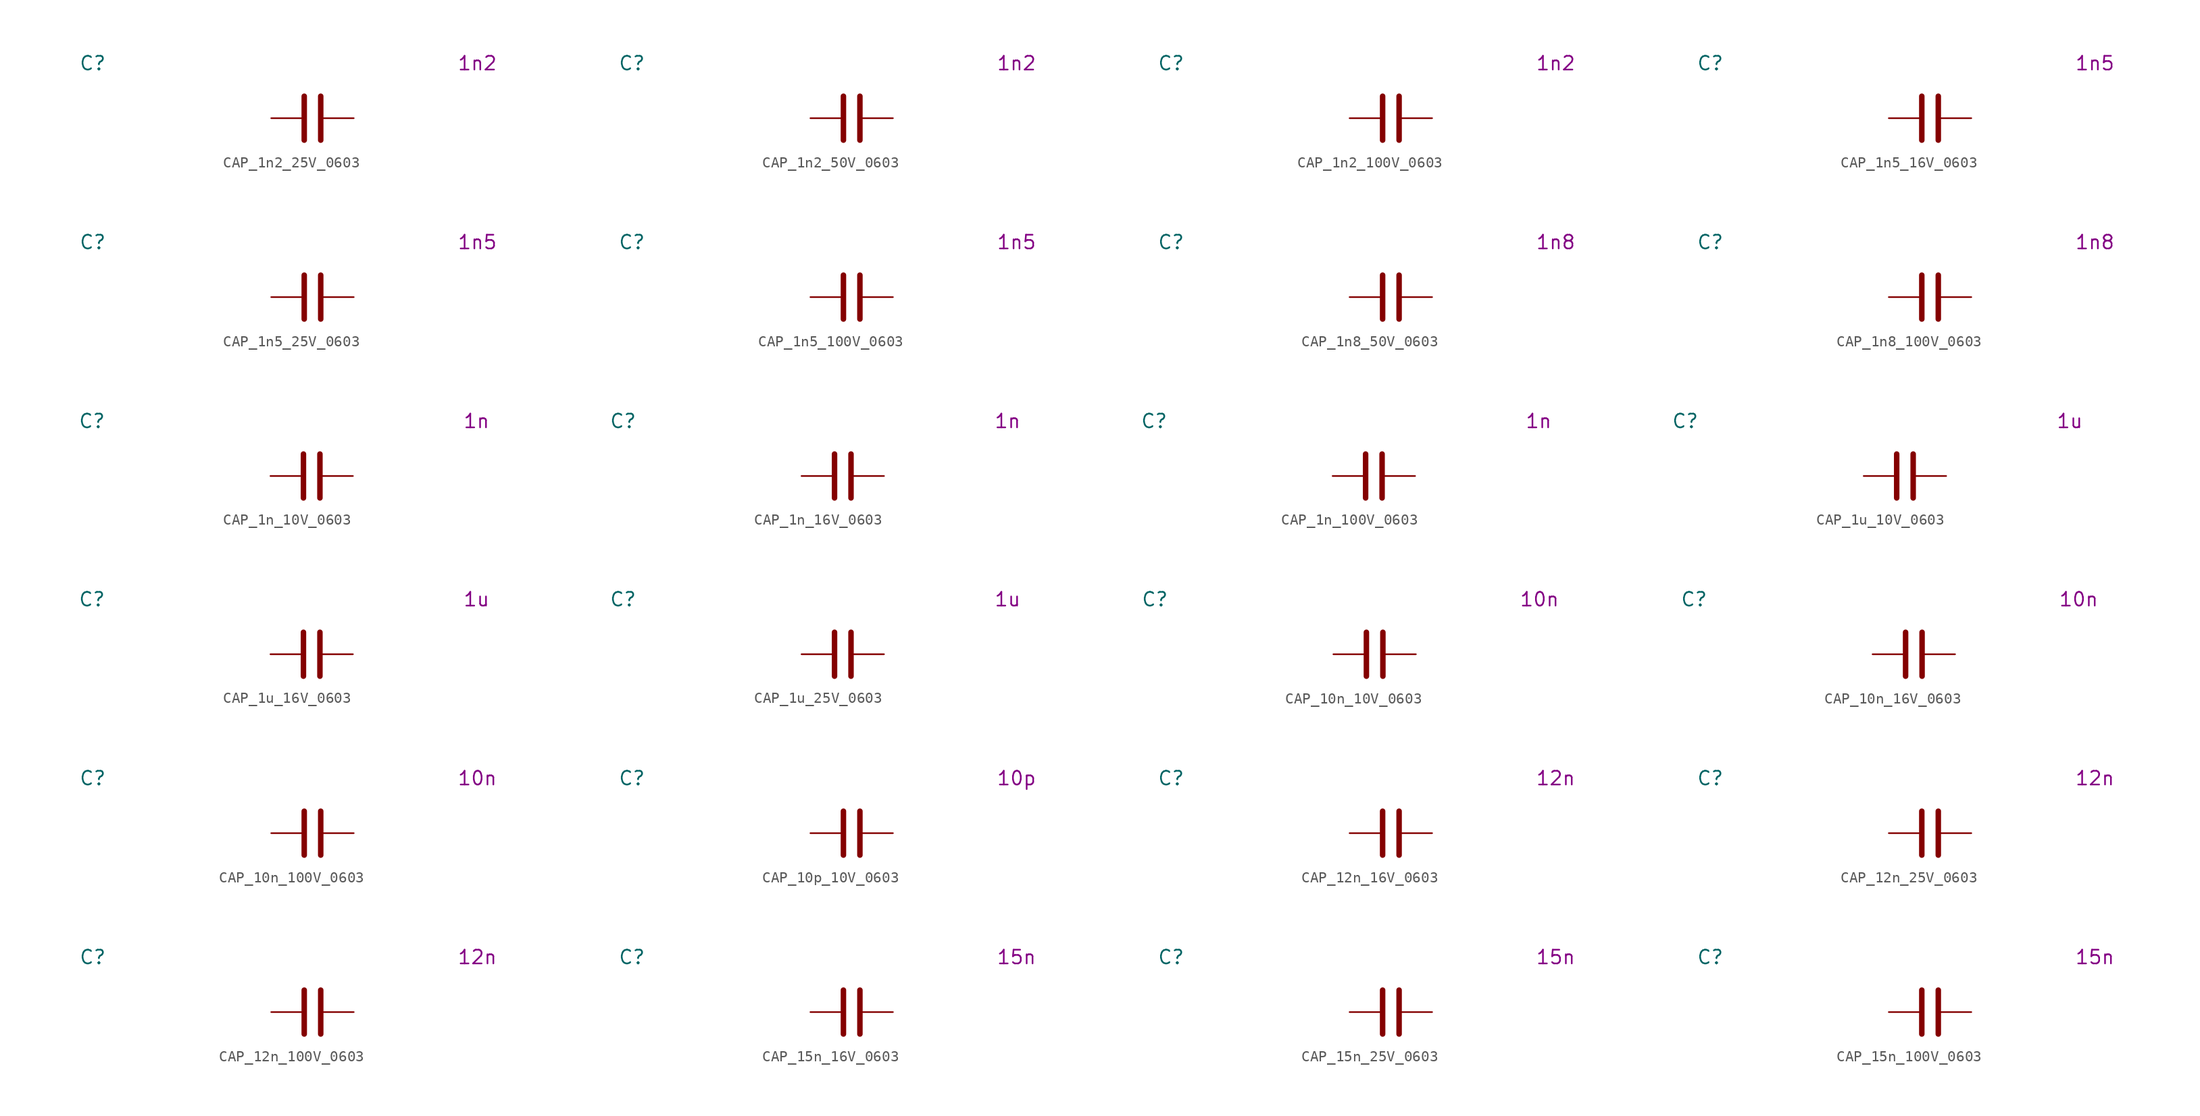
<source format=kicad_sym>
(kicad_symbol_lib
  (version 20231120)
  (generator "kicad_symbol_editor")
  (generator_version "8.0")
  (symbol "CAP_1n2_25V_0603"
    (pin_numbers hide)
    (property "Reference" "C"
      (at -20.32 5.08 0)
      (effects (font (size 1.27 1.27))))
    (property "Display Value" "1n2"
      (at 15.24 5.08 0)
      (effects (font (size 1.27 1.27))))
    (symbol "CAP_1n2_25V_0603_0_1"
      (polyline (pts (xy -0.762 -2.032) (xy -0.762 2.032)) (stroke (width 0.508) (type default)) (fill (type none)))
      (polyline (pts (xy 0.762 -2.032) (xy 0.762 2.032)) (stroke (width 0.508) (type default)) (fill (type none))))
    (symbol "CAP_1n2_25V_0603_1_1"
      (pin passive line (at -3.81 0 0) (length 2.794) (name "~" (effects (font (size 1.27 1.27)))) (number "1" (effects (font (size 1.27 1.27)))))
      (pin passive line (at 3.81 0 180) (length 2.794) (name "~" (effects (font (size 1.27 1.27)))) (number "2" (effects (font (size 1.27 1.27)))))))
  (symbol "CAP_1n2_50V_0603"
    (pin_numbers hide)
    (property "Reference" "C"
      (at -20.32 5.08 0)
      (effects (font (size 1.27 1.27))))
    (property "Display Value" "1n2"
      (at 15.24 5.08 0)
      (effects (font (size 1.27 1.27))))
    (symbol "CAP_1n2_50V_0603_0_1"
      (polyline (pts (xy -0.762 -2.032) (xy -0.762 2.032)) (stroke (width 0.508) (type default)) (fill (type none)))
      (polyline (pts (xy 0.762 -2.032) (xy 0.762 2.032)) (stroke (width 0.508) (type default)) (fill (type none))))
    (symbol "CAP_1n2_50V_0603_1_1"
      (pin passive line (at -3.81 0 0) (length 2.794) (name "~" (effects (font (size 1.27 1.27)))) (number "1" (effects (font (size 1.27 1.27)))))
      (pin passive line (at 3.81 0 180) (length 2.794) (name "~" (effects (font (size 1.27 1.27)))) (number "2" (effects (font (size 1.27 1.27)))))))
  (symbol "CAP_1n2_100V_0603"
    (pin_numbers hide)
    (property "Reference" "C"
      (at -20.32 5.08 0)
      (effects (font (size 1.27 1.27))))
    (property "Display Value" "1n2"
      (at 15.24 5.08 0)
      (effects (font (size 1.27 1.27))))
    (symbol "CAP_1n2_100V_0603_0_1"
      (polyline (pts (xy -0.762 -2.032) (xy -0.762 2.032)) (stroke (width 0.508) (type default)) (fill (type none)))
      (polyline (pts (xy 0.762 -2.032) (xy 0.762 2.032)) (stroke (width 0.508) (type default)) (fill (type none))))
    (symbol "CAP_1n2_100V_0603_1_1"
      (pin passive line (at -3.81 0 0) (length 2.794) (name "~" (effects (font (size 1.27 1.27)))) (number "1" (effects (font (size 1.27 1.27)))))
      (pin passive line (at 3.81 0 180) (length 2.794) (name "~" (effects (font (size 1.27 1.27)))) (number "2" (effects (font (size 1.27 1.27)))))))
  (symbol "CAP_1n5_16V_0603"
    (pin_numbers hide)
    (property "Reference" "C"
      (at -20.32 5.08 0)
      (effects (font (size 1.27 1.27))))
    (property "Display Value" "1n5"
      (at 15.24 5.08 0)
      (effects (font (size 1.27 1.27))))
    (symbol "CAP_1n5_16V_0603_0_1"
      (polyline (pts (xy -0.762 -2.032) (xy -0.762 2.032)) (stroke (width 0.508) (type default)) (fill (type none)))
      (polyline (pts (xy 0.762 -2.032) (xy 0.762 2.032)) (stroke (width 0.508) (type default)) (fill (type none))))
    (symbol "CAP_1n5_16V_0603_1_1"
      (pin passive line (at -3.81 0 0) (length 2.794) (name "~" (effects (font (size 1.27 1.27)))) (number "1" (effects (font (size 1.27 1.27)))))
      (pin passive line (at 3.81 0 180) (length 2.794) (name "~" (effects (font (size 1.27 1.27)))) (number "2" (effects (font (size 1.27 1.27)))))))
  (symbol "CAP_1n5_25V_0603"
    (pin_numbers hide)
    (property "Reference" "C"
      (at -20.32 5.08 0)
      (effects (font (size 1.27 1.27))))
    (property "Display Value" "1n5"
      (at 15.24 5.08 0)
      (effects (font (size 1.27 1.27))))
    (symbol "CAP_1n5_25V_0603_0_1"
      (polyline (pts (xy -0.762 -2.032) (xy -0.762 2.032)) (stroke (width 0.508) (type default)) (fill (type none)))
      (polyline (pts (xy 0.762 -2.032) (xy 0.762 2.032)) (stroke (width 0.508) (type default)) (fill (type none))))
    (symbol "CAP_1n5_25V_0603_1_1"
      (pin passive line (at -3.81 0 0) (length 2.794) (name "~" (effects (font (size 1.27 1.27)))) (number "1" (effects (font (size 1.27 1.27)))))
      (pin passive line (at 3.81 0 180) (length 2.794) (name "~" (effects (font (size 1.27 1.27)))) (number "2" (effects (font (size 1.27 1.27)))))))
  (symbol "CAP_1n5_100V_0603"
    (pin_numbers hide)
    (property "Reference" "C"
      (at -20.32 5.08 0)
      (effects (font (size 1.27 1.27))))
    (property "Display Value" "1n5"
      (at 15.24 5.08 0)
      (effects (font (size 1.27 1.27))))
    (symbol "CAP_1n5_100V_0603_0_1"
      (polyline (pts (xy -0.762 -2.032) (xy -0.762 2.032)) (stroke (width 0.508) (type default)) (fill (type none)))
      (polyline (pts (xy 0.762 -2.032) (xy 0.762 2.032)) (stroke (width 0.508) (type default)) (fill (type none))))
    (symbol "CAP_1n5_100V_0603_1_1"
      (pin passive line (at -3.81 0 0) (length 2.794) (name "~" (effects (font (size 1.27 1.27)))) (number "1" (effects (font (size 1.27 1.27)))))
      (pin passive line (at 3.81 0 180) (length 2.794) (name "~" (effects (font (size 1.27 1.27)))) (number "2" (effects (font (size 1.27 1.27)))))))
  (symbol "CAP_1n8_50V_0603"
    (pin_numbers hide)
    (property "Reference" "C"
      (at -20.32 5.08 0)
      (effects (font (size 1.27 1.27))))
    (property "Display Value" "1n8"
      (at 15.24 5.08 0)
      (effects (font (size 1.27 1.27))))
    (symbol "CAP_1n8_50V_0603_0_1"
      (polyline (pts (xy -0.762 -2.032) (xy -0.762 2.032)) (stroke (width 0.508) (type default)) (fill (type none)))
      (polyline (pts (xy 0.762 -2.032) (xy 0.762 2.032)) (stroke (width 0.508) (type default)) (fill (type none))))
    (symbol "CAP_1n8_50V_0603_1_1"
      (pin passive line (at -3.81 0 0) (length 2.794) (name "~" (effects (font (size 1.27 1.27)))) (number "1" (effects (font (size 1.27 1.27)))))
      (pin passive line (at 3.81 0 180) (length 2.794) (name "~" (effects (font (size 1.27 1.27)))) (number "2" (effects (font (size 1.27 1.27)))))))
  (symbol "CAP_1n8_100V_0603"
    (pin_numbers hide)
    (property "Reference" "C"
      (at -20.32 5.08 0)
      (effects (font (size 1.27 1.27))))
    (property "Display Value" "1n8"
      (at 15.24 5.08 0)
      (effects (font (size 1.27 1.27))))
    (symbol "CAP_1n8_100V_0603_0_1"
      (polyline (pts (xy -0.762 -2.032) (xy -0.762 2.032)) (stroke (width 0.508) (type default)) (fill (type none)))
      (polyline (pts (xy 0.762 -2.032) (xy 0.762 2.032)) (stroke (width 0.508) (type default)) (fill (type none))))
    (symbol "CAP_1n8_100V_0603_1_1"
      (pin passive line (at -3.81 0 0) (length 2.794) (name "~" (effects (font (size 1.27 1.27)))) (number "1" (effects (font (size 1.27 1.27)))))
      (pin passive line (at 3.81 0 180) (length 2.794) (name "~" (effects (font (size 1.27 1.27)))) (number "2" (effects (font (size 1.27 1.27)))))))
  (symbol "CAP_1n_10V_0603"
    (pin_numbers hide)
    (property "Reference" "C"
      (at -20.32 5.08 0)
      (effects (font (size 1.27 1.27))))
    (property "Display Value" "1n"
      (at 15.24 5.08 0)
      (effects (font (size 1.27 1.27))))
    (symbol "CAP_1n_10V_0603_0_1"
      (polyline (pts (xy -0.762 -2.032) (xy -0.762 2.032)) (stroke (width 0.508) (type default)) (fill (type none)))
      (polyline (pts (xy 0.762 -2.032) (xy 0.762 2.032)) (stroke (width 0.508) (type default)) (fill (type none))))
    (symbol "CAP_1n_10V_0603_1_1"
      (pin passive line (at -3.81 0 0) (length 2.794) (name "~" (effects (font (size 1.27 1.27)))) (number "1" (effects (font (size 1.27 1.27)))))
      (pin passive line (at 3.81 0 180) (length 2.794) (name "~" (effects (font (size 1.27 1.27)))) (number "2" (effects (font (size 1.27 1.27)))))))
  (symbol "CAP_1n_16V_0603"
    (pin_numbers hide)
    (property "Reference" "C"
      (at -20.32 5.08 0)
      (effects (font (size 1.27 1.27))))
    (property "Display Value" "1n"
      (at 15.24 5.08 0)
      (effects (font (size 1.27 1.27))))
    (symbol "CAP_1n_16V_0603_0_1"
      (polyline (pts (xy -0.762 -2.032) (xy -0.762 2.032)) (stroke (width 0.508) (type default)) (fill (type none)))
      (polyline (pts (xy 0.762 -2.032) (xy 0.762 2.032)) (stroke (width 0.508) (type default)) (fill (type none))))
    (symbol "CAP_1n_16V_0603_1_1"
      (pin passive line (at -3.81 0 0) (length 2.794) (name "~" (effects (font (size 1.27 1.27)))) (number "1" (effects (font (size 1.27 1.27)))))
      (pin passive line (at 3.81 0 180) (length 2.794) (name "~" (effects (font (size 1.27 1.27)))) (number "2" (effects (font (size 1.27 1.27)))))))
  (symbol "CAP_1n_100V_0603"
    (pin_numbers hide)
    (property "Reference" "C"
      (at -20.32 5.08 0)
      (effects (font (size 1.27 1.27))))
    (property "Display Value" "1n"
      (at 15.24 5.08 0)
      (effects (font (size 1.27 1.27))))
    (symbol "CAP_1n_100V_0603_0_1"
      (polyline (pts (xy -0.762 -2.032) (xy -0.762 2.032)) (stroke (width 0.508) (type default)) (fill (type none)))
      (polyline (pts (xy 0.762 -2.032) (xy 0.762 2.032)) (stroke (width 0.508) (type default)) (fill (type none))))
    (symbol "CAP_1n_100V_0603_1_1"
      (pin passive line (at -3.81 0 0) (length 2.794) (name "~" (effects (font (size 1.27 1.27)))) (number "1" (effects (font (size 1.27 1.27)))))
      (pin passive line (at 3.81 0 180) (length 2.794) (name "~" (effects (font (size 1.27 1.27)))) (number "2" (effects (font (size 1.27 1.27)))))))
  (symbol "CAP_1u_10V_0603"
    (pin_numbers hide)
    (property "Reference" "C"
      (at -20.32 5.08 0)
      (effects (font (size 1.27 1.27))))
    (property "Display Value" "1u"
      (at 15.24 5.08 0)
      (effects (font (size 1.27 1.27))))
    (symbol "CAP_1u_10V_0603_0_1"
      (polyline (pts (xy -0.762 -2.032) (xy -0.762 2.032)) (stroke (width 0.508) (type default)) (fill (type none)))
      (polyline (pts (xy 0.762 -2.032) (xy 0.762 2.032)) (stroke (width 0.508) (type default)) (fill (type none))))
    (symbol "CAP_1u_10V_0603_1_1"
      (pin passive line (at -3.81 0 0) (length 2.794) (name "~" (effects (font (size 1.27 1.27)))) (number "1" (effects (font (size 1.27 1.27)))))
      (pin passive line (at 3.81 0 180) (length 2.794) (name "~" (effects (font (size 1.27 1.27)))) (number "2" (effects (font (size 1.27 1.27)))))))
  (symbol "CAP_1u_16V_0603"
    (pin_numbers hide)
    (property "Reference" "C"
      (at -20.32 5.08 0)
      (effects (font (size 1.27 1.27))))
    (property "Display Value" "1u"
      (at 15.24 5.08 0)
      (effects (font (size 1.27 1.27))))
    (symbol "CAP_1u_16V_0603_0_1"
      (polyline (pts (xy -0.762 -2.032) (xy -0.762 2.032)) (stroke (width 0.508) (type default)) (fill (type none)))
      (polyline (pts (xy 0.762 -2.032) (xy 0.762 2.032)) (stroke (width 0.508) (type default)) (fill (type none))))
    (symbol "CAP_1u_16V_0603_1_1"
      (pin passive line (at -3.81 0 0) (length 2.794) (name "~" (effects (font (size 1.27 1.27)))) (number "1" (effects (font (size 1.27 1.27)))))
      (pin passive line (at 3.81 0 180) (length 2.794) (name "~" (effects (font (size 1.27 1.27)))) (number "2" (effects (font (size 1.27 1.27)))))))
  (symbol "CAP_1u_25V_0603"
    (pin_numbers hide)
    (property "Reference" "C"
      (at -20.32 5.08 0)
      (effects (font (size 1.27 1.27))))
    (property "Display Value" "1u"
      (at 15.24 5.08 0)
      (effects (font (size 1.27 1.27))))
    (symbol "CAP_1u_25V_0603_0_1"
      (polyline (pts (xy -0.762 -2.032) (xy -0.762 2.032)) (stroke (width 0.508) (type default)) (fill (type none)))
      (polyline (pts (xy 0.762 -2.032) (xy 0.762 2.032)) (stroke (width 0.508) (type default)) (fill (type none))))
    (symbol "CAP_1u_25V_0603_1_1"
      (pin passive line (at -3.81 0 0) (length 2.794) (name "~" (effects (font (size 1.27 1.27)))) (number "1" (effects (font (size 1.27 1.27)))))
      (pin passive line (at 3.81 0 180) (length 2.794) (name "~" (effects (font (size 1.27 1.27)))) (number "2" (effects (font (size 1.27 1.27)))))))
  (symbol "CAP_10n_10V_0603"
    (pin_numbers hide)
    (property "Reference" "C"
      (at -20.32 5.08 0)
      (effects (font (size 1.27 1.27))))
    (property "Display Value" "10n"
      (at 15.24 5.08 0)
      (effects (font (size 1.27 1.27))))
    (symbol "CAP_10n_10V_0603_0_1"
      (polyline (pts (xy -0.762 -2.032) (xy -0.762 2.032)) (stroke (width 0.508) (type default)) (fill (type none)))
      (polyline (pts (xy 0.762 -2.032) (xy 0.762 2.032)) (stroke (width 0.508) (type default)) (fill (type none))))
    (symbol "CAP_10n_10V_0603_1_1"
      (pin passive line (at -3.81 0 0) (length 2.794) (name "~" (effects (font (size 1.27 1.27)))) (number "1" (effects (font (size 1.27 1.27)))))
      (pin passive line (at 3.81 0 180) (length 2.794) (name "~" (effects (font (size 1.27 1.27)))) (number "2" (effects (font (size 1.27 1.27)))))))
  (symbol "CAP_10n_16V_0603"
    (pin_numbers hide)
    (property "Reference" "C"
      (at -20.32 5.08 0)
      (effects (font (size 1.27 1.27))))
    (property "Display Value" "10n"
      (at 15.24 5.08 0)
      (effects (font (size 1.27 1.27))))
    (symbol "CAP_10n_16V_0603_0_1"
      (polyline (pts (xy -0.762 -2.032) (xy -0.762 2.032)) (stroke (width 0.508) (type default)) (fill (type none)))
      (polyline (pts (xy 0.762 -2.032) (xy 0.762 2.032)) (stroke (width 0.508) (type default)) (fill (type none))))
    (symbol "CAP_10n_16V_0603_1_1"
      (pin passive line (at -3.81 0 0) (length 2.794) (name "~" (effects (font (size 1.27 1.27)))) (number "1" (effects (font (size 1.27 1.27)))))
      (pin passive line (at 3.81 0 180) (length 2.794) (name "~" (effects (font (size 1.27 1.27)))) (number "2" (effects (font (size 1.27 1.27)))))))
  (symbol "CAP_10n_100V_0603"
    (pin_numbers hide)
    (property "Reference" "C"
      (at -20.32 5.08 0)
      (effects (font (size 1.27 1.27))))
    (property "Display Value" "10n"
      (at 15.24 5.08 0)
      (effects (font (size 1.27 1.27))))
    (symbol "CAP_10n_100V_0603_0_1"
      (polyline (pts (xy -0.762 -2.032) (xy -0.762 2.032)) (stroke (width 0.508) (type default)) (fill (type none)))
      (polyline (pts (xy 0.762 -2.032) (xy 0.762 2.032)) (stroke (width 0.508) (type default)) (fill (type none))))
    (symbol "CAP_10n_100V_0603_1_1"
      (pin passive line (at -3.81 0 0) (length 2.794) (name "~" (effects (font (size 1.27 1.27)))) (number "1" (effects (font (size 1.27 1.27)))))
      (pin passive line (at 3.81 0 180) (length 2.794) (name "~" (effects (font (size 1.27 1.27)))) (number "2" (effects (font (size 1.27 1.27)))))))
  (symbol "CAP_10p_10V_0603"
    (pin_numbers hide)
    (property "Reference" "C"
      (at -20.32 5.08 0)
      (effects (font (size 1.27 1.27))))
    (property "Display Value" "10p"
      (at 15.24 5.08 0)
      (effects (font (size 1.27 1.27))))
    (symbol "CAP_10p_10V_0603_0_1"
      (polyline (pts (xy -0.762 -2.032) (xy -0.762 2.032)) (stroke (width 0.508) (type default)) (fill (type none)))
      (polyline (pts (xy 0.762 -2.032) (xy 0.762 2.032)) (stroke (width 0.508) (type default)) (fill (type none))))
    (symbol "CAP_10p_10V_0603_1_1"
      (pin passive line (at -3.81 0 0) (length 2.794) (name "~" (effects (font (size 1.27 1.27)))) (number "1" (effects (font (size 1.27 1.27)))))
      (pin passive line (at 3.81 0 180) (length 2.794) (name "~" (effects (font (size 1.27 1.27)))) (number "2" (effects (font (size 1.27 1.27)))))))
  (symbol "CAP_12n_16V_0603"
    (pin_numbers hide)
    (property "Reference" "C"
      (at -20.32 5.08 0)
      (effects (font (size 1.27 1.27))))
    (property "Display Value" "12n"
      (at 15.24 5.08 0)
      (effects (font (size 1.27 1.27))))
    (symbol "CAP_12n_16V_0603_0_1"
      (polyline (pts (xy -0.762 -2.032) (xy -0.762 2.032)) (stroke (width 0.508) (type default)) (fill (type none)))
      (polyline (pts (xy 0.762 -2.032) (xy 0.762 2.032)) (stroke (width 0.508) (type default)) (fill (type none))))
    (symbol "CAP_12n_16V_0603_1_1"
      (pin passive line (at -3.81 0 0) (length 2.794) (name "~" (effects (font (size 1.27 1.27)))) (number "1" (effects (font (size 1.27 1.27)))))
      (pin passive line (at 3.81 0 180) (length 2.794) (name "~" (effects (font (size 1.27 1.27)))) (number "2" (effects (font (size 1.27 1.27)))))))
  (symbol "CAP_12n_25V_0603"
    (pin_numbers hide)
    (property "Reference" "C"
      (at -20.32 5.08 0)
      (effects (font (size 1.27 1.27))))
    (property "Display Value" "12n"
      (at 15.24 5.08 0)
      (effects (font (size 1.27 1.27))))
    (symbol "CAP_12n_25V_0603_0_1"
      (polyline (pts (xy -0.762 -2.032) (xy -0.762 2.032)) (stroke (width 0.508) (type default)) (fill (type none)))
      (polyline (pts (xy 0.762 -2.032) (xy 0.762 2.032)) (stroke (width 0.508) (type default)) (fill (type none))))
    (symbol "CAP_12n_25V_0603_1_1"
      (pin passive line (at -3.81 0 0) (length 2.794) (name "~" (effects (font (size 1.27 1.27)))) (number "1" (effects (font (size 1.27 1.27)))))
      (pin passive line (at 3.81 0 180) (length 2.794) (name "~" (effects (font (size 1.27 1.27)))) (number "2" (effects (font (size 1.27 1.27)))))))
  (symbol "CAP_12n_100V_0603"
    (pin_numbers hide)
    (property "Reference" "C"
      (at -20.32 5.08 0)
      (effects (font (size 1.27 1.27))))
    (property "Display Value" "12n"
      (at 15.24 5.08 0)
      (effects (font (size 1.27 1.27))))
    (symbol "CAP_12n_100V_0603_0_1"
      (polyline (pts (xy -0.762 -2.032) (xy -0.762 2.032)) (stroke (width 0.508) (type default)) (fill (type none)))
      (polyline (pts (xy 0.762 -2.032) (xy 0.762 2.032)) (stroke (width 0.508) (type default)) (fill (type none))))
    (symbol "CAP_12n_100V_0603_1_1"
      (pin passive line (at -3.81 0 0) (length 2.794) (name "~" (effects (font (size 1.27 1.27)))) (number "1" (effects (font (size 1.27 1.27)))))
      (pin passive line (at 3.81 0 180) (length 2.794) (name "~" (effects (font (size 1.27 1.27)))) (number "2" (effects (font (size 1.27 1.27)))))))
  (symbol "CAP_15n_16V_0603"
    (pin_numbers hide)
    (property "Reference" "C"
      (at -20.32 5.08 0)
      (effects (font (size 1.27 1.27))))
    (property "Display Value" "15n"
      (at 15.24 5.08 0)
      (effects (font (size 1.27 1.27))))
    (symbol "CAP_15n_16V_0603_0_1"
      (polyline (pts (xy -0.762 -2.032) (xy -0.762 2.032)) (stroke (width 0.508) (type default)) (fill (type none)))
      (polyline (pts (xy 0.762 -2.032) (xy 0.762 2.032)) (stroke (width 0.508) (type default)) (fill (type none))))
    (symbol "CAP_15n_16V_0603_1_1"
      (pin passive line (at -3.81 0 0) (length 2.794) (name "~" (effects (font (size 1.27 1.27)))) (number "1" (effects (font (size 1.27 1.27)))))
      (pin passive line (at 3.81 0 180) (length 2.794) (name "~" (effects (font (size 1.27 1.27)))) (number "2" (effects (font (size 1.27 1.27)))))))
  (symbol "CAP_15n_25V_0603"
    (pin_numbers hide)
    (property "Reference" "C"
      (at -20.32 5.08 0)
      (effects (font (size 1.27 1.27))))
    (property "Display Value" "15n"
      (at 15.24 5.08 0)
      (effects (font (size 1.27 1.27))))
    (symbol "CAP_15n_25V_0603_0_1"
      (polyline (pts (xy -0.762 -2.032) (xy -0.762 2.032)) (stroke (width 0.508) (type default)) (fill (type none)))
      (polyline (pts (xy 0.762 -2.032) (xy 0.762 2.032)) (stroke (width 0.508) (type default)) (fill (type none))))
    (symbol "CAP_15n_25V_0603_1_1"
      (pin passive line (at -3.81 0 0) (length 2.794) (name "~" (effects (font (size 1.27 1.27)))) (number "1" (effects (font (size 1.27 1.27)))))
      (pin passive line (at 3.81 0 180) (length 2.794) (name "~" (effects (font (size 1.27 1.27)))) (number "2" (effects (font (size 1.27 1.27)))))))
  (symbol "CAP_15n_100V_0603"
    (pin_numbers hide)
    (property "Reference" "C"
      (at -20.32 5.08 0)
      (effects (font (size 1.27 1.27))))
    (property "Display Value" "15n"
      (at 15.24 5.08 0)
      (effects (font (size 1.27 1.27))))
    (symbol "CAP_15n_100V_0603_0_1"
      (polyline (pts (xy -0.762 -2.032) (xy -0.762 2.032)) (stroke (width 0.508) (type default)) (fill (type none)))
      (polyline (pts (xy 0.762 -2.032) (xy 0.762 2.032)) (stroke (width 0.508) (type default)) (fill (type none))))
    (symbol "CAP_15n_100V_0603_1_1"
      (pin passive line (at -3.81 0 0) (length 2.794) (name "~" (effects (font (size 1.27 1.27)))) (number "1" (effects (font (size 1.27 1.27)))))
      (pin passive line (at 3.81 0 180) (length 2.794) (name "~" (effects (font (size 1.27 1.27)))) (number "2" (effects (font (size 1.27 1.27))))))))
</source>
